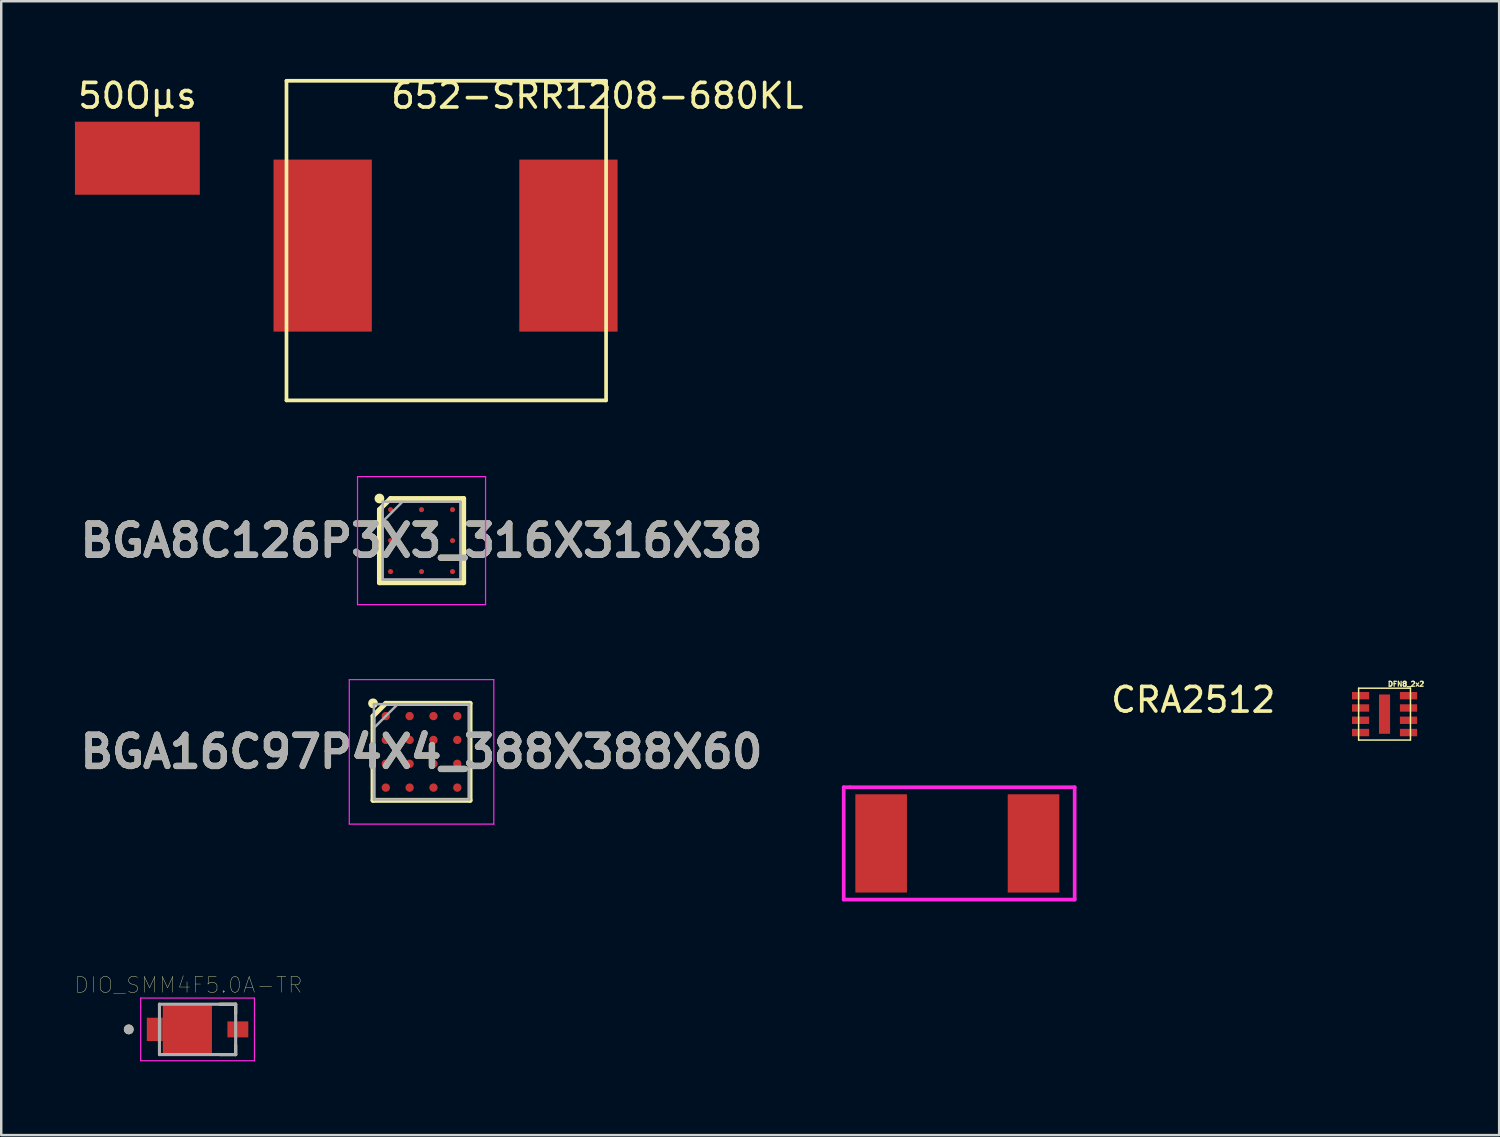
<source format=kicad_pcb>
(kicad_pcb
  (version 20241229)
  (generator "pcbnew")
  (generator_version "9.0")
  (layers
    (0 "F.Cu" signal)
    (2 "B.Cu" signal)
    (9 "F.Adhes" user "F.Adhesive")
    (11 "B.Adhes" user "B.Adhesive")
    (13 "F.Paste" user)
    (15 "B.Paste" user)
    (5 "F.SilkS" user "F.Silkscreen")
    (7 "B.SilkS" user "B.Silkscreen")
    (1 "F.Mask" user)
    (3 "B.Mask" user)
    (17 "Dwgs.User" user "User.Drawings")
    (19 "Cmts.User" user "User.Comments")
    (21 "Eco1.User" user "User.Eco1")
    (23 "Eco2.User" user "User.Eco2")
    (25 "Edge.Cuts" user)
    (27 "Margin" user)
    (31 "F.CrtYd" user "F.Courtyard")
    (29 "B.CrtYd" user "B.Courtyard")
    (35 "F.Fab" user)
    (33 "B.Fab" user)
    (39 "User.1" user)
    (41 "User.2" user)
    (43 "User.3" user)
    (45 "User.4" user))
  (footprint "DIO_SMM4F5.0A-TR"
    (layer "F.Cu")
    (at 4.989 38.837)
    (property "Reference" "DIO_SMM4F5.0A-TR" (at -0.368 -1.806 0) (layer "F.SilkS") (effects (font (size 0.64 0.64) (thickness 0.015))))
    (attr through_hole)
    (fp_line (start 1.55 -1.025) (end 0.91 -1.025) (stroke (width 0.127) (type solid)) (layer "F.SilkS"))
    (fp_line (start 1.55 -1.025) (end 1.55 -0.64) (stroke (width 0.127) (type solid)) (layer "F.SilkS"))
    (fp_line (start 1.55 0.64) (end 1.55 1.025) (stroke (width 0.127) (type solid)) (layer "F.SilkS"))
    (fp_line (start 1.55 1.025) (end 0.91 1.025) (stroke (width 0.127) (type solid)) (layer "F.SilkS"))
    (fp_circle (center -2.8 0) (end -2.7 0) (stroke (width 0.2) (type solid)) (fill no) (layer "F.SilkS"))
    (fp_line (start -2.315 -1.275) (end 2.315 -1.275) (stroke (width 0.05) (type solid)) (layer "F.CrtYd"))
    (fp_line (start -2.315 1.275) (end -2.315 -1.275) (stroke (width 0.05) (type solid)) (layer "F.CrtYd"))
    (fp_line (start 2.315 -1.275) (end 2.315 1.275) (stroke (width 0.05) (type solid)) (layer "F.CrtYd"))
    (fp_line (start 2.315 1.275) (end -2.315 1.275) (stroke (width 0.05) (type solid)) (layer "F.CrtYd"))
    (fp_line (start -1.55 -1.025) (end 1.55 -1.025) (stroke (width 0.127) (type solid)) (layer "F.Fab"))
    (fp_line (start -1.55 1.025) (end -1.55 -1.025) (stroke (width 0.127) (type solid)) (layer "F.Fab"))
    (fp_line (start 1.55 -1.025) (end 1.55 1.025) (stroke (width 0.127) (type solid)) (layer "F.Fab"))
    (fp_line (start 1.55 1.025) (end -1.55 1.025) (stroke (width 0.127) (type solid)) (layer "F.Fab"))
    (fp_circle (center -2.8 0) (end -2.7 0) (stroke (width 0.2) (type solid)) (fill no) (layer "F.Fab"))
    (pad "1" smd rect (at -1.74 0) (size 0.65 0.95) (layers "F.Cu" "F.Mask" "F.Paste"))
    (pad "1" smd rect (at -0.415 0) (size 2 1.95) (layers "F.Cu" "F.Mask" "F.Paste"))
    (pad "2" smd rect (at 1.64 0) (size 0.85 0.65) (layers "F.Cu" "F.Mask" "F.Paste")))
  (footprint "CRA2512"
    (layer "F.Cu")
    (at 32.805 31.269)
    (property "Reference" "CRA2512" (at 12.7 -5.842 0) (layer "F.SilkS") (effects (font (size 1 1) (thickness 0.15))))
    (attr through_hole)
    (fp_line (start -1.524 -2.286) (end -1.27 -2.286) (stroke (width 0.15) (type solid)) (layer "F.CrtYd"))
    (fp_line (start -1.524 2.286) (end -1.524 -2.286) (stroke (width 0.15) (type solid)) (layer "F.CrtYd"))
    (fp_line (start -1.27 -2.286) (end 7.874 -2.286) (stroke (width 0.15) (type solid)) (layer "F.CrtYd"))
    (fp_line (start 7.874 -2.286) (end 7.874 2.286) (stroke (width 0.15) (type solid)) (layer "F.CrtYd"))
    (fp_line (start 7.874 2.286) (end -1.524 2.286) (stroke (width 0.15) (type solid)) (layer "F.CrtYd"))
    (pad "1" smd rect (at 0 0) (size 2.1 4) (layers "F.Cu" "F.Mask" "F.Paste"))
    (pad "2" smd rect (at 6.2 0) (size 2.1 4) (layers "F.Cu" "F.Mask" "F.Paste")))
  (footprint "BGA8C126P3X3_316X316X38"
    (layer "F.Cu")
    (at 14.103 18.948)
    (property "Reference" "BGA8C126P3X3_316X316X38" (at 0 0 0) (layer "F.SilkS") (effects (font (size 1.27 1.27) (thickness 0.254))))
    (attr smd)
    (fp_line (start -1.714 -1.26) (end -1.26 -1.714) (stroke (width 0.2) (type solid)) (layer "F.SilkS"))
    (fp_line (start -1.714 1.714) (end -1.714 -1.26) (stroke (width 0.2) (type solid)) (layer "F.SilkS"))
    (fp_line (start -1.26 -1.714) (end 1.714 -1.714) (stroke (width 0.2) (type solid)) (layer "F.SilkS"))
    (fp_line (start 1.714 -1.714) (end 1.714 1.714) (stroke (width 0.2) (type solid)) (layer "F.SilkS"))
    (fp_line (start 1.714 1.714) (end -1.714 1.714) (stroke (width 0.2) (type solid)) (layer "F.SilkS"))
    (fp_circle (center -1.714 -1.714) (end -1.714 -1.614) (stroke (width 0.2) (type solid)) (fill no) (layer "F.SilkS"))
    (fp_line (start -2.605 -2.605) (end 2.605 -2.605) (stroke (width 0.05) (type solid)) (layer "F.CrtYd"))
    (fp_line (start -2.605 2.605) (end -2.605 -2.605) (stroke (width 0.05) (type solid)) (layer "F.CrtYd"))
    (fp_line (start 2.605 -2.605) (end 2.605 2.605) (stroke (width 0.05) (type solid)) (layer "F.CrtYd"))
    (fp_line (start 2.605 2.605) (end -2.605 2.605) (stroke (width 0.05) (type solid)) (layer "F.CrtYd"))
    (fp_line (start -1.58 -1.58) (end 1.58 -1.58) (stroke (width 0.1) (type solid)) (layer "F.Fab"))
    (fp_line (start -1.58 -0.778) (end -0.778 -1.58) (stroke (width 0.1) (type solid)) (layer "F.Fab"))
    (fp_line (start -1.58 1.58) (end -1.58 -1.58) (stroke (width 0.1) (type solid)) (layer "F.Fab"))
    (fp_line (start 1.58 -1.58) (end 1.58 1.58) (stroke (width 0.1) (type solid)) (layer "F.Fab"))
    (fp_line (start 1.58 1.58) (end -1.58 1.58) (stroke (width 0.1) (type solid)) (layer "F.Fab"))
    (fp_text user "${REFERENCE}" (at 0 0 0) (layer "F.Fab") (effects (font (size 1.27 1.27) (thickness 0.254))))
    (pad "A1" smd circle (at -1.26 -1.26 90) (size 0.208 0.208) (layers "F.Cu" "F.Mask" "F.Paste"))
    (pad "A2" smd circle (at 0 -1.26 90) (size 0.208 0.208) (layers "F.Cu" "F.Mask" "F.Paste"))
    (pad "A3" smd circle (at 1.26 -1.26 90) (size 0.208 0.208) (layers "F.Cu" "F.Mask" "F.Paste"))
    (pad "B1" smd circle (at -1.26 0 90) (size 0.208 0.208) (layers "F.Cu" "F.Mask" "F.Paste"))
    (pad "B3" smd circle (at 1.26 0 90) (size 0.208 0.208) (layers "F.Cu" "F.Mask" "F.Paste"))
    (pad "C1" smd circle (at -1.26 1.26 90) (size 0.208 0.208) (layers "F.Cu" "F.Mask" "F.Paste"))
    (pad "C2" smd circle (at 0 1.26 90) (size 0.208 0.208) (layers "F.Cu" "F.Mask" "F.Paste"))
    (pad "C3" smd circle (at 1.26 1.26 90) (size 0.208 0.208) (layers "F.Cu" "F.Mask" "F.Paste")))
  (footprint "BGA16C97P4X4_388X388X60"
    (layer "F.Cu")
    (at 14.103 27.543)
    (property "Reference" "BGA16C97P4X4_388X388X60" (at 0 0 0) (layer "F.SilkS") (effects (font (size 1.27 1.27) (thickness 0.254))))
    (attr smd)
    (fp_line (start -1.974 -1.455) (end -1.455 -1.974) (stroke (width 0.2) (type solid)) (layer "F.SilkS"))
    (fp_line (start -1.974 1.974) (end -1.974 -1.455) (stroke (width 0.2) (type solid)) (layer "F.SilkS"))
    (fp_line (start -1.455 -1.974) (end 1.974 -1.974) (stroke (width 0.2) (type solid)) (layer "F.SilkS"))
    (fp_line (start 1.974 -1.974) (end 1.974 1.974) (stroke (width 0.2) (type solid)) (layer "F.SilkS"))
    (fp_line (start 1.974 1.974) (end -1.974 1.974) (stroke (width 0.2) (type solid)) (layer "F.SilkS"))
    (fp_circle (center -1.974 -1.974) (end -1.974 -1.874) (stroke (width 0.2) (type solid)) (fill no) (layer "F.SilkS"))
    (fp_line (start -2.94 -2.94) (end 2.94 -2.94) (stroke (width 0.05) (type solid)) (layer "F.CrtYd"))
    (fp_line (start -2.94 2.94) (end -2.94 -2.94) (stroke (width 0.05) (type solid)) (layer "F.CrtYd"))
    (fp_line (start 2.94 -2.94) (end 2.94 2.94) (stroke (width 0.05) (type solid)) (layer "F.CrtYd"))
    (fp_line (start 2.94 2.94) (end -2.94 2.94) (stroke (width 0.05) (type solid)) (layer "F.CrtYd"))
    (fp_line (start -1.94 -1.94) (end 1.94 -1.94) (stroke (width 0.1) (type solid)) (layer "F.Fab"))
    (fp_line (start -1.94 -0.97) (end -0.97 -1.94) (stroke (width 0.1) (type solid)) (layer "F.Fab"))
    (fp_line (start -1.94 1.94) (end -1.94 -1.94) (stroke (width 0.1) (type solid)) (layer "F.Fab"))
    (fp_line (start 1.94 -1.94) (end 1.94 1.94) (stroke (width 0.1) (type solid)) (layer "F.Fab"))
    (fp_line (start 1.94 1.94) (end -1.94 1.94) (stroke (width 0.1) (type solid)) (layer "F.Fab"))
    (fp_text user "${REFERENCE}" (at 0 0 0) (layer "F.Fab") (effects (font (size 1.27 1.27) (thickness 0.254))))
    (pad "A1" smd circle (at -1.455 -1.455 90) (size 0.338 0.338) (layers "F.Cu" "F.Mask" "F.Paste"))
    (pad "A2" smd circle (at -0.485 -1.455 90) (size 0.338 0.338) (layers "F.Cu" "F.Mask" "F.Paste"))
    (pad "A3" smd circle (at 0.485 -1.455 90) (size 0.338 0.338) (layers "F.Cu" "F.Mask" "F.Paste"))
    (pad "A4" smd circle (at 1.455 -1.455 90) (size 0.338 0.338) (layers "F.Cu" "F.Mask" "F.Paste"))
    (pad "B1" smd circle (at -1.455 -0.485 90) (size 0.338 0.338) (layers "F.Cu" "F.Mask" "F.Paste"))
    (pad "B2" smd circle (at -0.485 -0.485 90) (size 0.338 0.338) (layers "F.Cu" "F.Mask" "F.Paste"))
    (pad "B3" smd circle (at 0.485 -0.485 90) (size 0.338 0.338) (layers "F.Cu" "F.Mask" "F.Paste"))
    (pad "B4" smd circle (at 1.455 -0.485 90) (size 0.338 0.338) (layers "F.Cu" "F.Mask" "F.Paste"))
    (pad "C1" smd circle (at -1.455 0.485 90) (size 0.338 0.338) (layers "F.Cu" "F.Mask" "F.Paste"))
    (pad "C2" smd circle (at -0.485 0.485 90) (size 0.338 0.338) (layers "F.Cu" "F.Mask" "F.Paste"))
    (pad "C3" smd circle (at 0.485 0.485 90) (size 0.338 0.338) (layers "F.Cu" "F.Mask" "F.Paste"))
    (pad "C4" smd circle (at 1.455 0.485 90) (size 0.338 0.338) (layers "F.Cu" "F.Mask" "F.Paste"))
    (pad "D1" smd circle (at -1.455 1.455 90) (size 0.338 0.338) (layers "F.Cu" "F.Mask" "F.Paste"))
    (pad "D2" smd circle (at -0.485 1.455 90) (size 0.338 0.338) (layers "F.Cu" "F.Mask" "F.Paste"))
    (pad "D3" smd circle (at 0.485 1.455 90) (size 0.338 0.338) (layers "F.Cu" "F.Mask" "F.Paste"))
    (pad "D4" smd circle (at 1.455 1.455 90) (size 0.338 0.338) (layers "F.Cu" "F.Mask" "F.Paste")))
  (footprint "50Oμs"
    (layer "F.Cu")
    (at 2.54 3.388)
    (property "Reference" "50Oμs" (at 0 -2.54 0) (layer "F.SilkS") (effects (font (size 1 1) (thickness 0.15))))
    (attr through_hole)
    (pad "1" smd rect (at 0 0) (size 5.08 2.972) (layers "F.Cu" "F.Mask" "F.Paste")))
  (footprint "652-SRR1208-680KL"
    (layer "F.Cu")
    (at 10.08 6.944)
    (property "Reference" "652-SRR1208-680KL" (at 11.176 -6.096 0) (layer "F.SilkS") (effects (font (size 1 1) (thickness 0.15))))
    (attr through_hole)
    (fp_line (start -1.473 -6.706) (end 11.527 -6.706) (stroke (width 0.15) (type solid)) (layer "F.SilkS"))
    (fp_line (start -1.473 -6.703) (end -1.473 6.297) (stroke (width 0.15) (type solid)) (layer "F.SilkS"))
    (fp_line (start 11.527 6.299) (end -1.473 6.299) (stroke (width 0.15) (type solid)) (layer "F.SilkS"))
    (fp_line (start 11.532 -6.706) (end 11.532 6.299) (stroke (width 0.15) (type solid)) (layer "F.SilkS"))
    (pad "1" smd rect (at 0 0) (size 4 7) (layers "F.Cu" "F.Mask" "F.Paste"))
    (pad "2" smd rect (at 10 0) (size 4 7) (layers "F.Cu" "F.Mask" "F.Paste")))
  (footprint "DFN8_2x2"
    (layer "F.Cu")
    (at 52.263 24.983)
    (property "Reference" "DFN8_2x2" (at 1.9 -0.2 0) (layer "F.SilkS") (effects (font (size 0.2 0.2) (thickness 0.05))))
    (attr smd)
    (fp_line (start -0.03 -0.03) (end 2.08 -0.03) (stroke (width 0.06) (type solid)) (layer "F.SilkS"))
    (fp_line (start -0.03 2.08) (end -0.03 -0.03) (stroke (width 0.06) (type solid)) (layer "F.SilkS"))
    (fp_line (start 2.08 -0.03) (end 2.08 2.08) (stroke (width 0.06) (type solid)) (layer "F.SilkS"))
    (fp_line (start 2.08 2.08) (end -0.03 2.08) (stroke (width 0.06) (type solid)) (layer "F.SilkS"))
    (pad "1" smd rect (at 0.05 0.275) (size 0.7 0.3) (layers "F.Cu" "F.Mask" "F.Paste"))
    (pad "2" smd rect (at 0.05 0.775 180) (size 0.7 0.3) (layers "F.Cu" "F.Mask" "F.Paste"))
    (pad "3" smd rect (at 0.05 1.275 180) (size 0.7 0.3) (layers "F.Cu" "F.Mask" "F.Paste"))
    (pad "4" smd rect (at 0.05 1.775 180) (size 0.7 0.3) (layers "F.Cu" "F.Mask" "F.Paste"))
    (pad "5" smd rect (at 2 1.775 180) (size 0.7 0.3) (layers "F.Cu" "F.Mask" "F.Paste"))
    (pad "6" smd rect (at 2 1.275 180) (size 0.7 0.3) (layers "F.Cu" "F.Mask" "F.Paste"))
    (pad "7" smd rect (at 2 0.775 180) (size 0.7 0.3) (layers "F.Cu" "F.Mask" "F.Paste"))
    (pad "8" smd rect (at 2 0.275 180) (size 0.7 0.3) (layers "F.Cu" "F.Mask" "F.Paste"))
    (pad "9" smd rect (at 1.025 1.025) (size 0.45 1.6) (layers "F.Cu" "F.Mask" "F.Paste")))
  (gr_rect
    (start -3 -3)
    (end 57.952 43.137)
    (stroke (width 0.1) (type default))
    (fill no)
    (layer "Edge.Cuts")))
</source>
